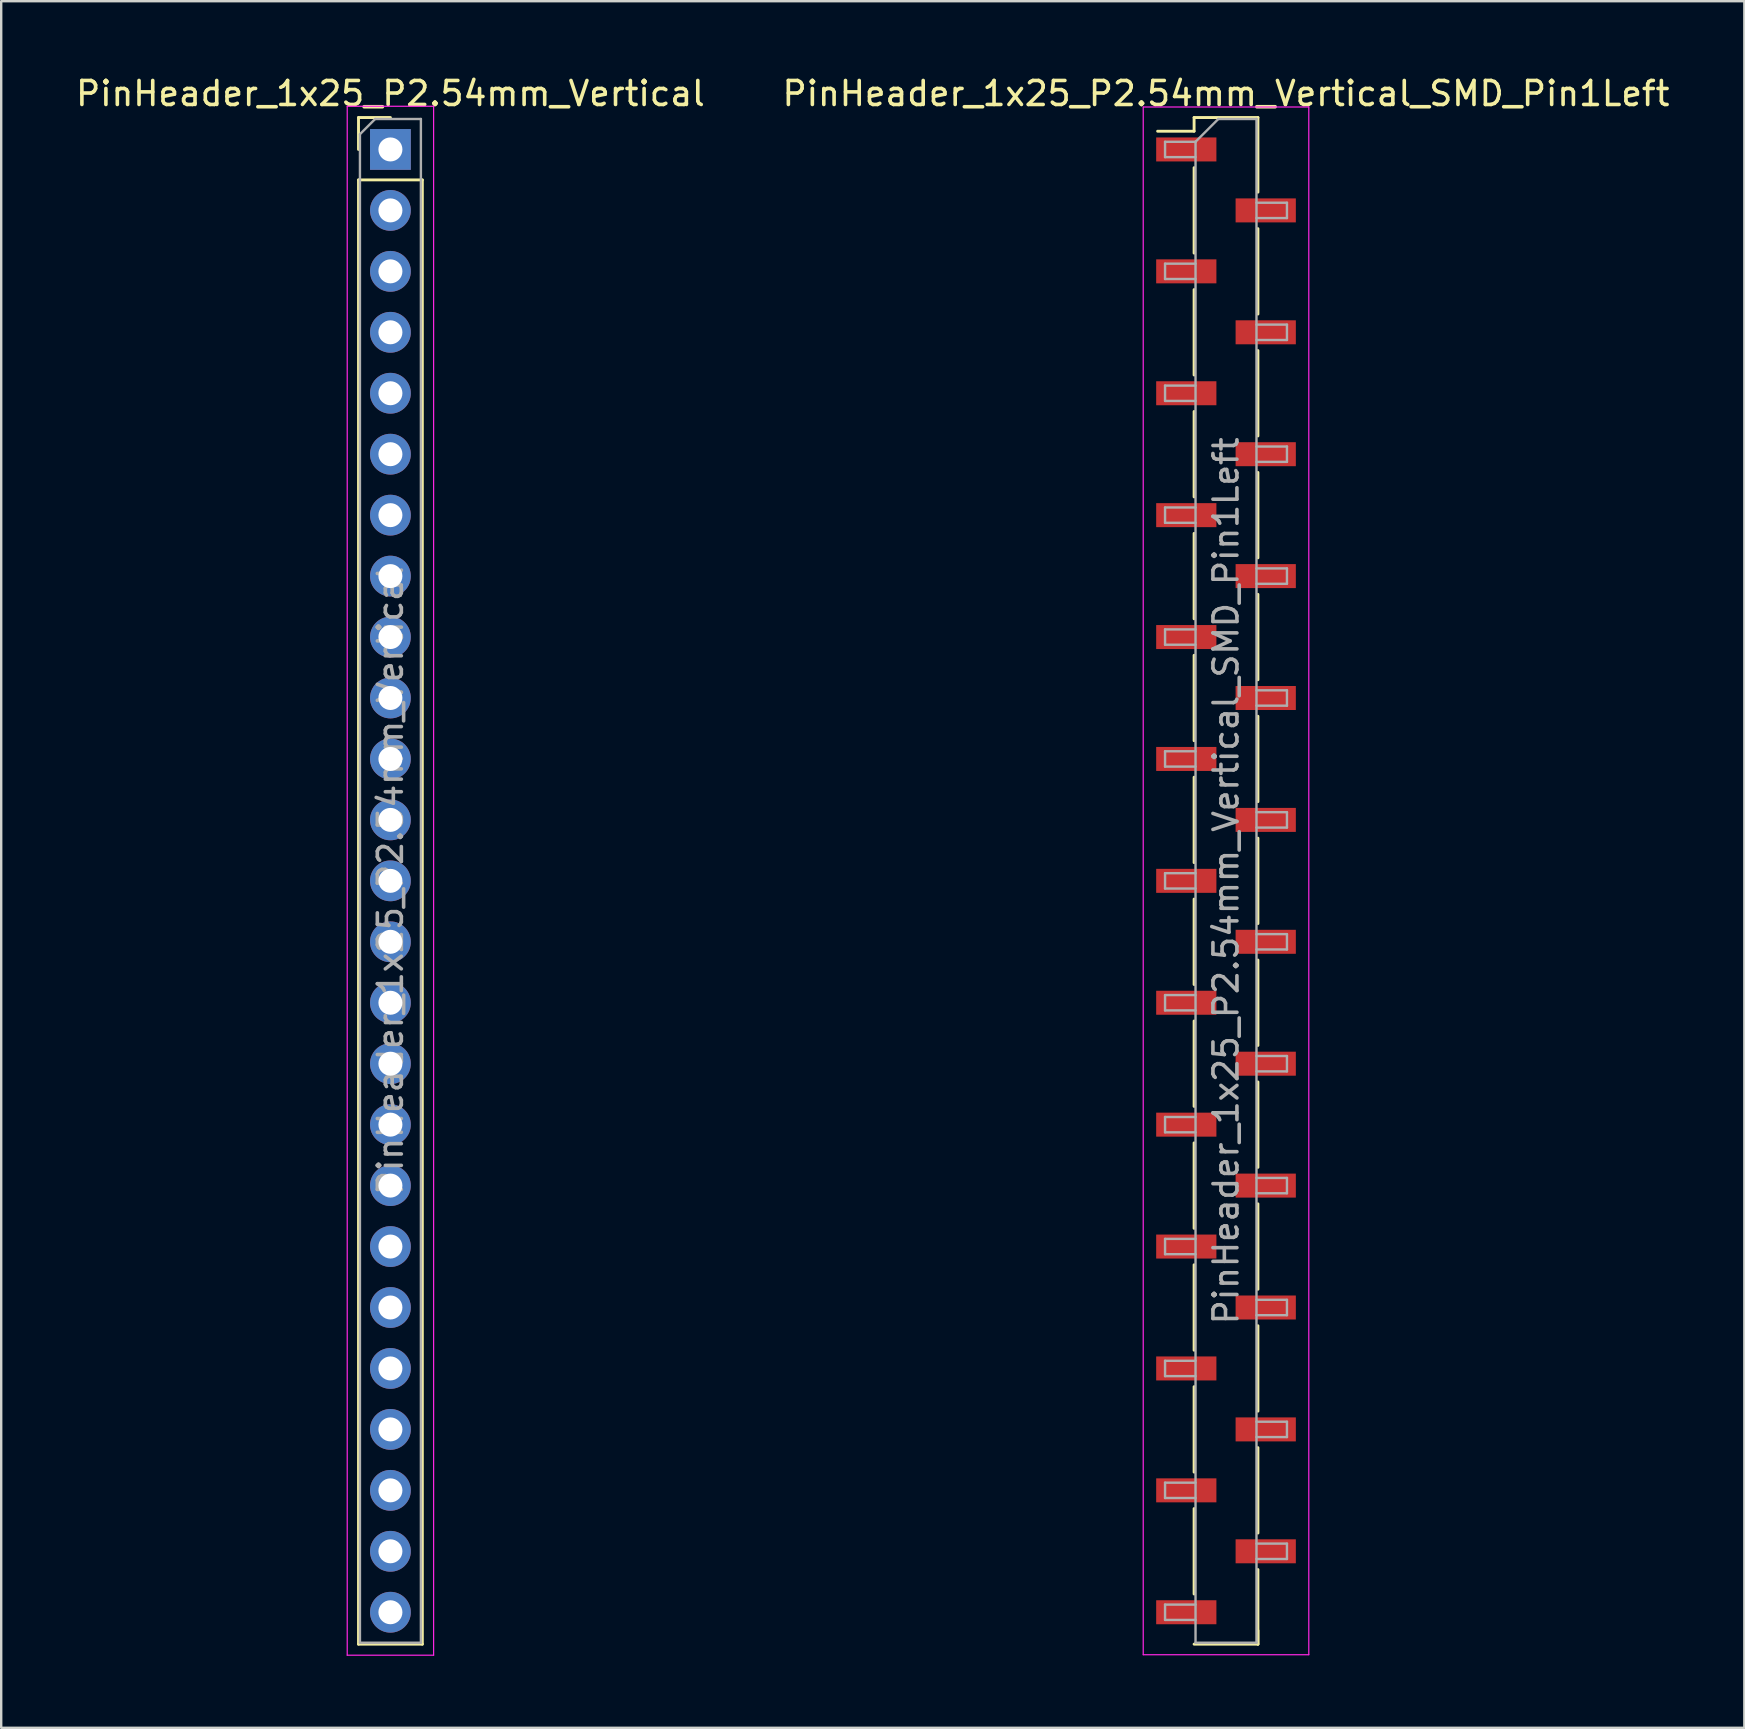
<source format=kicad_pcb>
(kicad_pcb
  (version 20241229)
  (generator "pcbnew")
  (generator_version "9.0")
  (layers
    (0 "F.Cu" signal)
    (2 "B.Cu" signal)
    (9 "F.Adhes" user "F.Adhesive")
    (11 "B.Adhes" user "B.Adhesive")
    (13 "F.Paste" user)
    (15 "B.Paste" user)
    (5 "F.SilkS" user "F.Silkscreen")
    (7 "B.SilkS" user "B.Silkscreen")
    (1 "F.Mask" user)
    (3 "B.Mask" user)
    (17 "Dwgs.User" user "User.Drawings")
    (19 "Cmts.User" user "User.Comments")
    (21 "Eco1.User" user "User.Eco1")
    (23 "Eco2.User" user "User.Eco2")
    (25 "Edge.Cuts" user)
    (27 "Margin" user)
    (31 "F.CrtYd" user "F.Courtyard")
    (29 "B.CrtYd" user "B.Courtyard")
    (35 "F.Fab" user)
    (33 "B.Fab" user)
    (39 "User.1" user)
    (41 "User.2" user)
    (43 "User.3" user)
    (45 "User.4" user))
  (footprint "PinHeader_1x25_P2.54mm_Vertical"
    (layer "F.Cu")
    (at 13.22 3.178)
    (property "Reference" "PinHeader_1x25_P2.54mm_Vertical" (at 0 -2.33 0) (layer "F.SilkS") (effects (font (size 1 1) (thickness 0.15))))
    (attr through_hole)
    (fp_line (start -1.33 -1.33) (end 0 -1.33) (stroke (width 0.12) (type solid)) (layer "F.SilkS"))
    (fp_line (start -1.33 0) (end -1.33 -1.33) (stroke (width 0.12) (type solid)) (layer "F.SilkS"))
    (fp_line (start -1.33 1.27) (end -1.33 62.29) (stroke (width 0.12) (type solid)) (layer "F.SilkS"))
    (fp_line (start -1.33 1.27) (end 1.33 1.27) (stroke (width 0.12) (type solid)) (layer "F.SilkS"))
    (fp_line (start -1.33 62.29) (end 1.33 62.29) (stroke (width 0.12) (type solid)) (layer "F.SilkS"))
    (fp_line (start 1.33 1.27) (end 1.33 62.29) (stroke (width 0.12) (type solid)) (layer "F.SilkS"))
    (fp_line (start -1.8 -1.8) (end -1.8 62.75) (stroke (width 0.05) (type solid)) (layer "F.CrtYd"))
    (fp_line (start -1.8 62.75) (end 1.8 62.75) (stroke (width 0.05) (type solid)) (layer "F.CrtYd"))
    (fp_line (start 1.8 -1.8) (end -1.8 -1.8) (stroke (width 0.05) (type solid)) (layer "F.CrtYd"))
    (fp_line (start 1.8 62.75) (end 1.8 -1.8) (stroke (width 0.05) (type solid)) (layer "F.CrtYd"))
    (fp_line (start -1.27 -0.635) (end -0.635 -1.27) (stroke (width 0.1) (type solid)) (layer "F.Fab"))
    (fp_line (start -1.27 62.23) (end -1.27 -0.635) (stroke (width 0.1) (type solid)) (layer "F.Fab"))
    (fp_line (start -0.635 -1.27) (end 1.27 -1.27) (stroke (width 0.1) (type solid)) (layer "F.Fab"))
    (fp_line (start 1.27 -1.27) (end 1.27 62.23) (stroke (width 0.1) (type solid)) (layer "F.Fab"))
    (fp_line (start 1.27 62.23) (end -1.27 62.23) (stroke (width 0.1) (type solid)) (layer "F.Fab"))
    (fp_text user "${REFERENCE}" (at 0 30.48 90) (layer "F.Fab") (effects (font (size 1 1) (thickness 0.15))))
    (pad "1" thru_hole rect (at 0 0) (size 1.7 1.7) (drill 1) (layers "*.Cu" "*.Mask"))
    (pad "2" thru_hole oval (at 0 2.54) (size 1.7 1.7) (drill 1) (layers "*.Cu" "*.Mask"))
    (pad "3" thru_hole oval (at 0 5.08) (size 1.7 1.7) (drill 1) (layers "*.Cu" "*.Mask"))
    (pad "4" thru_hole oval (at 0 7.62) (size 1.7 1.7) (drill 1) (layers "*.Cu" "*.Mask"))
    (pad "5" thru_hole oval (at 0 10.16) (size 1.7 1.7) (drill 1) (layers "*.Cu" "*.Mask"))
    (pad "6" thru_hole oval (at 0 12.7) (size 1.7 1.7) (drill 1) (layers "*.Cu" "*.Mask"))
    (pad "7" thru_hole oval (at 0 15.24) (size 1.7 1.7) (drill 1) (layers "*.Cu" "*.Mask"))
    (pad "8" thru_hole oval (at 0 17.78) (size 1.7 1.7) (drill 1) (layers "*.Cu" "*.Mask"))
    (pad "9" thru_hole oval (at 0 20.32) (size 1.7 1.7) (drill 1) (layers "*.Cu" "*.Mask"))
    (pad "10" thru_hole oval (at 0 22.86) (size 1.7 1.7) (drill 1) (layers "*.Cu" "*.Mask"))
    (pad "11" thru_hole oval (at 0 25.4) (size 1.7 1.7) (drill 1) (layers "*.Cu" "*.Mask"))
    (pad "12" thru_hole oval (at 0 27.94) (size 1.7 1.7) (drill 1) (layers "*.Cu" "*.Mask"))
    (pad "13" thru_hole oval (at 0 30.48) (size 1.7 1.7) (drill 1) (layers "*.Cu" "*.Mask"))
    (pad "14" thru_hole oval (at 0 33.02) (size 1.7 1.7) (drill 1) (layers "*.Cu" "*.Mask"))
    (pad "15" thru_hole oval (at 0 35.56) (size 1.7 1.7) (drill 1) (layers "*.Cu" "*.Mask"))
    (pad "16" thru_hole oval (at 0 38.1) (size 1.7 1.7) (drill 1) (layers "*.Cu" "*.Mask"))
    (pad "17" thru_hole oval (at 0 40.64) (size 1.7 1.7) (drill 1) (layers "*.Cu" "*.Mask"))
    (pad "18" thru_hole oval (at 0 43.18) (size 1.7 1.7) (drill 1) (layers "*.Cu" "*.Mask"))
    (pad "19" thru_hole oval (at 0 45.72) (size 1.7 1.7) (drill 1) (layers "*.Cu" "*.Mask"))
    (pad "20" thru_hole oval (at 0 48.26) (size 1.7 1.7) (drill 1) (layers "*.Cu" "*.Mask"))
    (pad "21" thru_hole oval (at 0 50.8) (size 1.7 1.7) (drill 1) (layers "*.Cu" "*.Mask"))
    (pad "22" thru_hole oval (at 0 53.34) (size 1.7 1.7) (drill 1) (layers "*.Cu" "*.Mask"))
    (pad "23" thru_hole oval (at 0 55.88) (size 1.7 1.7) (drill 1) (layers "*.Cu" "*.Mask"))
    (pad "24" thru_hole oval (at 0 58.42) (size 1.7 1.7) (drill 1) (layers "*.Cu" "*.Mask"))
    (pad "25" thru_hole oval (at 0 60.96) (size 1.7 1.7) (drill 1) (layers "*.Cu" "*.Mask")))
  (footprint "PinHeader_1x25_P2.54mm_Vertical_SMD_Pin1Left"
    (layer "F.Cu")
    (at 48.042 33.658)
    (property "Reference" "PinHeader_1x25_P2.54mm_Vertical_SMD_Pin1Left" (at 0 -32.81 0) (layer "F.SilkS") (effects (font (size 1 1) (thickness 0.15))))
    (attr smd)
    (fp_line (start -1.33 -31.81) (end -1.33 -31.24) (stroke (width 0.12) (type solid)) (layer "F.SilkS"))
    (fp_line (start -1.33 -31.81) (end 1.33 -31.81) (stroke (width 0.12) (type solid)) (layer "F.SilkS"))
    (fp_line (start -1.33 -31.24) (end -2.85 -31.24) (stroke (width 0.12) (type solid)) (layer "F.SilkS"))
    (fp_line (start -1.33 -29.72) (end -1.33 -26.16) (stroke (width 0.12) (type solid)) (layer "F.SilkS"))
    (fp_line (start -1.33 -24.64) (end -1.33 -21.08) (stroke (width 0.12) (type solid)) (layer "F.SilkS"))
    (fp_line (start -1.33 -19.56) (end -1.33 -16) (stroke (width 0.12) (type solid)) (layer "F.SilkS"))
    (fp_line (start -1.33 -14.48) (end -1.33 -10.92) (stroke (width 0.12) (type solid)) (layer "F.SilkS"))
    (fp_line (start -1.33 -9.4) (end -1.33 -5.84) (stroke (width 0.12) (type solid)) (layer "F.SilkS"))
    (fp_line (start -1.33 -4.32) (end -1.33 -0.76) (stroke (width 0.12) (type solid)) (layer "F.SilkS"))
    (fp_line (start -1.33 0.76) (end -1.33 4.32) (stroke (width 0.12) (type solid)) (layer "F.SilkS"))
    (fp_line (start -1.33 5.84) (end -1.33 9.4) (stroke (width 0.12) (type solid)) (layer "F.SilkS"))
    (fp_line (start -1.33 10.92) (end -1.33 14.48) (stroke (width 0.12) (type solid)) (layer "F.SilkS"))
    (fp_line (start -1.33 16) (end -1.33 19.56) (stroke (width 0.12) (type solid)) (layer "F.SilkS"))
    (fp_line (start -1.33 21.08) (end -1.33 24.64) (stroke (width 0.12) (type solid)) (layer "F.SilkS"))
    (fp_line (start -1.33 26.16) (end -1.33 29.72) (stroke (width 0.12) (type solid)) (layer "F.SilkS"))
    (fp_line (start -1.33 31.81) (end 1.33 31.81) (stroke (width 0.12) (type solid)) (layer "F.SilkS"))
    (fp_line (start 1.33 -31.81) (end 1.33 -28.7) (stroke (width 0.12) (type solid)) (layer "F.SilkS"))
    (fp_line (start 1.33 -27.18) (end 1.33 -23.62) (stroke (width 0.12) (type solid)) (layer "F.SilkS"))
    (fp_line (start 1.33 -22.1) (end 1.33 -18.54) (stroke (width 0.12) (type solid)) (layer "F.SilkS"))
    (fp_line (start 1.33 -17.02) (end 1.33 -13.46) (stroke (width 0.12) (type solid)) (layer "F.SilkS"))
    (fp_line (start 1.33 -11.94) (end 1.33 -8.38) (stroke (width 0.12) (type solid)) (layer "F.SilkS"))
    (fp_line (start 1.33 -6.86) (end 1.33 -3.3) (stroke (width 0.12) (type solid)) (layer "F.SilkS"))
    (fp_line (start 1.33 -1.78) (end 1.33 1.78) (stroke (width 0.12) (type solid)) (layer "F.SilkS"))
    (fp_line (start 1.33 3.3) (end 1.33 6.86) (stroke (width 0.12) (type solid)) (layer "F.SilkS"))
    (fp_line (start 1.33 8.38) (end 1.33 11.94) (stroke (width 0.12) (type solid)) (layer "F.SilkS"))
    (fp_line (start 1.33 13.46) (end 1.33 17.02) (stroke (width 0.12) (type solid)) (layer "F.SilkS"))
    (fp_line (start 1.33 18.54) (end 1.33 22.1) (stroke (width 0.12) (type solid)) (layer "F.SilkS"))
    (fp_line (start 1.33 23.62) (end 1.33 27.18) (stroke (width 0.12) (type solid)) (layer "F.SilkS"))
    (fp_line (start 1.33 28.7) (end 1.33 31.81) (stroke (width 0.12) (type solid)) (layer "F.SilkS"))
    (fp_line (start 1.33 31.24) (end 1.33 31.81) (stroke (width 0.12) (type solid)) (layer "F.SilkS"))
    (fp_line (start -3.45 -32.25) (end -3.45 32.25) (stroke (width 0.05) (type solid)) (layer "F.CrtYd"))
    (fp_line (start -3.45 32.25) (end 3.45 32.25) (stroke (width 0.05) (type solid)) (layer "F.CrtYd"))
    (fp_line (start 3.45 -32.25) (end -3.45 -32.25) (stroke (width 0.05) (type solid)) (layer "F.CrtYd"))
    (fp_line (start 3.45 32.25) (end 3.45 -32.25) (stroke (width 0.05) (type solid)) (layer "F.CrtYd"))
    (fp_line (start -2.54 -30.8) (end -2.54 -30.16) (stroke (width 0.1) (type solid)) (layer "F.Fab"))
    (fp_line (start -2.54 -30.16) (end -1.27 -30.16) (stroke (width 0.1) (type solid)) (layer "F.Fab"))
    (fp_line (start -2.54 -25.72) (end -2.54 -25.08) (stroke (width 0.1) (type solid)) (layer "F.Fab"))
    (fp_line (start -2.54 -25.08) (end -1.27 -25.08) (stroke (width 0.1) (type solid)) (layer "F.Fab"))
    (fp_line (start -2.54 -20.64) (end -2.54 -20) (stroke (width 0.1) (type solid)) (layer "F.Fab"))
    (fp_line (start -2.54 -20) (end -1.27 -20) (stroke (width 0.1) (type solid)) (layer "F.Fab"))
    (fp_line (start -2.54 -15.56) (end -2.54 -14.92) (stroke (width 0.1) (type solid)) (layer "F.Fab"))
    (fp_line (start -2.54 -14.92) (end -1.27 -14.92) (stroke (width 0.1) (type solid)) (layer "F.Fab"))
    (fp_line (start -2.54 -10.48) (end -2.54 -9.84) (stroke (width 0.1) (type solid)) (layer "F.Fab"))
    (fp_line (start -2.54 -9.84) (end -1.27 -9.84) (stroke (width 0.1) (type solid)) (layer "F.Fab"))
    (fp_line (start -2.54 -5.4) (end -2.54 -4.76) (stroke (width 0.1) (type solid)) (layer "F.Fab"))
    (fp_line (start -2.54 -4.76) (end -1.27 -4.76) (stroke (width 0.1) (type solid)) (layer "F.Fab"))
    (fp_line (start -2.54 -0.32) (end -2.54 0.32) (stroke (width 0.1) (type solid)) (layer "F.Fab"))
    (fp_line (start -2.54 0.32) (end -1.27 0.32) (stroke (width 0.1) (type solid)) (layer "F.Fab"))
    (fp_line (start -2.54 4.76) (end -2.54 5.4) (stroke (width 0.1) (type solid)) (layer "F.Fab"))
    (fp_line (start -2.54 5.4) (end -1.27 5.4) (stroke (width 0.1) (type solid)) (layer "F.Fab"))
    (fp_line (start -2.54 9.84) (end -2.54 10.48) (stroke (width 0.1) (type solid)) (layer "F.Fab"))
    (fp_line (start -2.54 10.48) (end -1.27 10.48) (stroke (width 0.1) (type solid)) (layer "F.Fab"))
    (fp_line (start -2.54 14.92) (end -2.54 15.56) (stroke (width 0.1) (type solid)) (layer "F.Fab"))
    (fp_line (start -2.54 15.56) (end -1.27 15.56) (stroke (width 0.1) (type solid)) (layer "F.Fab"))
    (fp_line (start -2.54 20) (end -2.54 20.64) (stroke (width 0.1) (type solid)) (layer "F.Fab"))
    (fp_line (start -2.54 20.64) (end -1.27 20.64) (stroke (width 0.1) (type solid)) (layer "F.Fab"))
    (fp_line (start -2.54 25.08) (end -2.54 25.72) (stroke (width 0.1) (type solid)) (layer "F.Fab"))
    (fp_line (start -2.54 25.72) (end -1.27 25.72) (stroke (width 0.1) (type solid)) (layer "F.Fab"))
    (fp_line (start -2.54 30.16) (end -2.54 30.8) (stroke (width 0.1) (type solid)) (layer "F.Fab"))
    (fp_line (start -2.54 30.8) (end -1.27 30.8) (stroke (width 0.1) (type solid)) (layer "F.Fab"))
    (fp_line (start -1.27 -30.8) (end -2.54 -30.8) (stroke (width 0.1) (type solid)) (layer "F.Fab"))
    (fp_line (start -1.27 -30.8) (end -0.32 -31.75) (stroke (width 0.1) (type solid)) (layer "F.Fab"))
    (fp_line (start -1.27 -25.72) (end -2.54 -25.72) (stroke (width 0.1) (type solid)) (layer "F.Fab"))
    (fp_line (start -1.27 -20.64) (end -2.54 -20.64) (stroke (width 0.1) (type solid)) (layer "F.Fab"))
    (fp_line (start -1.27 -15.56) (end -2.54 -15.56) (stroke (width 0.1) (type solid)) (layer "F.Fab"))
    (fp_line (start -1.27 -10.48) (end -2.54 -10.48) (stroke (width 0.1) (type solid)) (layer "F.Fab"))
    (fp_line (start -1.27 -5.4) (end -2.54 -5.4) (stroke (width 0.1) (type solid)) (layer "F.Fab"))
    (fp_line (start -1.27 -0.32) (end -2.54 -0.32) (stroke (width 0.1) (type solid)) (layer "F.Fab"))
    (fp_line (start -1.27 4.76) (end -2.54 4.76) (stroke (width 0.1) (type solid)) (layer "F.Fab"))
    (fp_line (start -1.27 9.84) (end -2.54 9.84) (stroke (width 0.1) (type solid)) (layer "F.Fab"))
    (fp_line (start -1.27 14.92) (end -2.54 14.92) (stroke (width 0.1) (type solid)) (layer "F.Fab"))
    (fp_line (start -1.27 20) (end -2.54 20) (stroke (width 0.1) (type solid)) (layer "F.Fab"))
    (fp_line (start -1.27 25.08) (end -2.54 25.08) (stroke (width 0.1) (type solid)) (layer "F.Fab"))
    (fp_line (start -1.27 30.16) (end -2.54 30.16) (stroke (width 0.1) (type solid)) (layer "F.Fab"))
    (fp_line (start -1.27 31.75) (end -1.27 -30.8) (stroke (width 0.1) (type solid)) (layer "F.Fab"))
    (fp_line (start -0.32 -31.75) (end 1.27 -31.75) (stroke (width 0.1) (type solid)) (layer "F.Fab"))
    (fp_line (start 1.27 -31.75) (end 1.27 31.75) (stroke (width 0.1) (type solid)) (layer "F.Fab"))
    (fp_line (start 1.27 -28.26) (end 2.54 -28.26) (stroke (width 0.1) (type solid)) (layer "F.Fab"))
    (fp_line (start 1.27 -23.18) (end 2.54 -23.18) (stroke (width 0.1) (type solid)) (layer "F.Fab"))
    (fp_line (start 1.27 -18.1) (end 2.54 -18.1) (stroke (width 0.1) (type solid)) (layer "F.Fab"))
    (fp_line (start 1.27 -13.02) (end 2.54 -13.02) (stroke (width 0.1) (type solid)) (layer "F.Fab"))
    (fp_line (start 1.27 -7.94) (end 2.54 -7.94) (stroke (width 0.1) (type solid)) (layer "F.Fab"))
    (fp_line (start 1.27 -2.86) (end 2.54 -2.86) (stroke (width 0.1) (type solid)) (layer "F.Fab"))
    (fp_line (start 1.27 2.22) (end 2.54 2.22) (stroke (width 0.1) (type solid)) (layer "F.Fab"))
    (fp_line (start 1.27 7.3) (end 2.54 7.3) (stroke (width 0.1) (type solid)) (layer "F.Fab"))
    (fp_line (start 1.27 12.38) (end 2.54 12.38) (stroke (width 0.1) (type solid)) (layer "F.Fab"))
    (fp_line (start 1.27 17.46) (end 2.54 17.46) (stroke (width 0.1) (type solid)) (layer "F.Fab"))
    (fp_line (start 1.27 22.54) (end 2.54 22.54) (stroke (width 0.1) (type solid)) (layer "F.Fab"))
    (fp_line (start 1.27 27.62) (end 2.54 27.62) (stroke (width 0.1) (type solid)) (layer "F.Fab"))
    (fp_line (start 1.27 31.75) (end -1.27 31.75) (stroke (width 0.1) (type solid)) (layer "F.Fab"))
    (fp_line (start 2.54 -28.26) (end 2.54 -27.62) (stroke (width 0.1) (type solid)) (layer "F.Fab"))
    (fp_line (start 2.54 -27.62) (end 1.27 -27.62) (stroke (width 0.1) (type solid)) (layer "F.Fab"))
    (fp_line (start 2.54 -23.18) (end 2.54 -22.54) (stroke (width 0.1) (type solid)) (layer "F.Fab"))
    (fp_line (start 2.54 -22.54) (end 1.27 -22.54) (stroke (width 0.1) (type solid)) (layer "F.Fab"))
    (fp_line (start 2.54 -18.1) (end 2.54 -17.46) (stroke (width 0.1) (type solid)) (layer "F.Fab"))
    (fp_line (start 2.54 -17.46) (end 1.27 -17.46) (stroke (width 0.1) (type solid)) (layer "F.Fab"))
    (fp_line (start 2.54 -13.02) (end 2.54 -12.38) (stroke (width 0.1) (type solid)) (layer "F.Fab"))
    (fp_line (start 2.54 -12.38) (end 1.27 -12.38) (stroke (width 0.1) (type solid)) (layer "F.Fab"))
    (fp_line (start 2.54 -7.94) (end 2.54 -7.3) (stroke (width 0.1) (type solid)) (layer "F.Fab"))
    (fp_line (start 2.54 -7.3) (end 1.27 -7.3) (stroke (width 0.1) (type solid)) (layer "F.Fab"))
    (fp_line (start 2.54 -2.86) (end 2.54 -2.22) (stroke (width 0.1) (type solid)) (layer "F.Fab"))
    (fp_line (start 2.54 -2.22) (end 1.27 -2.22) (stroke (width 0.1) (type solid)) (layer "F.Fab"))
    (fp_line (start 2.54 2.22) (end 2.54 2.86) (stroke (width 0.1) (type solid)) (layer "F.Fab"))
    (fp_line (start 2.54 2.86) (end 1.27 2.86) (stroke (width 0.1) (type solid)) (layer "F.Fab"))
    (fp_line (start 2.54 7.3) (end 2.54 7.94) (stroke (width 0.1) (type solid)) (layer "F.Fab"))
    (fp_line (start 2.54 7.94) (end 1.27 7.94) (stroke (width 0.1) (type solid)) (layer "F.Fab"))
    (fp_line (start 2.54 12.38) (end 2.54 13.02) (stroke (width 0.1) (type solid)) (layer "F.Fab"))
    (fp_line (start 2.54 13.02) (end 1.27 13.02) (stroke (width 0.1) (type solid)) (layer "F.Fab"))
    (fp_line (start 2.54 17.46) (end 2.54 18.1) (stroke (width 0.1) (type solid)) (layer "F.Fab"))
    (fp_line (start 2.54 18.1) (end 1.27 18.1) (stroke (width 0.1) (type solid)) (layer "F.Fab"))
    (fp_line (start 2.54 22.54) (end 2.54 23.18) (stroke (width 0.1) (type solid)) (layer "F.Fab"))
    (fp_line (start 2.54 23.18) (end 1.27 23.18) (stroke (width 0.1) (type solid)) (layer "F.Fab"))
    (fp_line (start 2.54 27.62) (end 2.54 28.26) (stroke (width 0.1) (type solid)) (layer "F.Fab"))
    (fp_line (start 2.54 28.26) (end 1.27 28.26) (stroke (width 0.1) (type solid)) (layer "F.Fab"))
    (fp_text user "${REFERENCE}" (at 0 0 90) (layer "F.Fab") (effects (font (size 1 1) (thickness 0.15))))
    (pad "1" smd rect (at -1.655 -30.48) (size 2.51 1) (layers "F.Cu" "F.Mask" "F.Paste"))
    (pad "2" smd rect (at 1.655 -27.94) (size 2.51 1) (layers "F.Cu" "F.Mask" "F.Paste"))
    (pad "3" smd rect (at -1.655 -25.4) (size 2.51 1) (layers "F.Cu" "F.Mask" "F.Paste"))
    (pad "4" smd rect (at 1.655 -22.86) (size 2.51 1) (layers "F.Cu" "F.Mask" "F.Paste"))
    (pad "5" smd rect (at -1.655 -20.32) (size 2.51 1) (layers "F.Cu" "F.Mask" "F.Paste"))
    (pad "6" smd rect (at 1.655 -17.78) (size 2.51 1) (layers "F.Cu" "F.Mask" "F.Paste"))
    (pad "7" smd rect (at -1.655 -15.24) (size 2.51 1) (layers "F.Cu" "F.Mask" "F.Paste"))
    (pad "8" smd rect (at 1.655 -12.7) (size 2.51 1) (layers "F.Cu" "F.Mask" "F.Paste"))
    (pad "9" smd rect (at -1.655 -10.16) (size 2.51 1) (layers "F.Cu" "F.Mask" "F.Paste"))
    (pad "10" smd rect (at 1.655 -7.62) (size 2.51 1) (layers "F.Cu" "F.Mask" "F.Paste"))
    (pad "11" smd rect (at -1.655 -5.08) (size 2.51 1) (layers "F.Cu" "F.Mask" "F.Paste"))
    (pad "12" smd rect (at 1.655 -2.54) (size 2.51 1) (layers "F.Cu" "F.Mask" "F.Paste"))
    (pad "13" smd rect (at -1.655 0) (size 2.51 1) (layers "F.Cu" "F.Mask" "F.Paste"))
    (pad "14" smd rect (at 1.655 2.54) (size 2.51 1) (layers "F.Cu" "F.Mask" "F.Paste"))
    (pad "15" smd rect (at -1.655 5.08) (size 2.51 1) (layers "F.Cu" "F.Mask" "F.Paste"))
    (pad "16" smd rect (at 1.655 7.62) (size 2.51 1) (layers "F.Cu" "F.Mask" "F.Paste"))
    (pad "17" smd rect (at -1.655 10.16) (size 2.51 1) (layers "F.Cu" "F.Mask" "F.Paste"))
    (pad "18" smd rect (at 1.655 12.7) (size 2.51 1) (layers "F.Cu" "F.Mask" "F.Paste"))
    (pad "19" smd rect (at -1.655 15.24) (size 2.51 1) (layers "F.Cu" "F.Mask" "F.Paste"))
    (pad "20" smd rect (at 1.655 17.78) (size 2.51 1) (layers "F.Cu" "F.Mask" "F.Paste"))
    (pad "21" smd rect (at -1.655 20.32) (size 2.51 1) (layers "F.Cu" "F.Mask" "F.Paste"))
    (pad "22" smd rect (at 1.655 22.86) (size 2.51 1) (layers "F.Cu" "F.Mask" "F.Paste"))
    (pad "23" smd rect (at -1.655 25.4) (size 2.51 1) (layers "F.Cu" "F.Mask" "F.Paste"))
    (pad "24" smd rect (at 1.655 27.94) (size 2.51 1) (layers "F.Cu" "F.Mask" "F.Paste"))
    (pad "25" smd rect (at -1.655 30.48) (size 2.51 1) (layers "F.Cu" "F.Mask" "F.Paste")))
  (gr_rect
    (start -3 -3)
    (end 69.643 68.953)
    (stroke (width 0.1) (type default))
    (fill no)
    (layer "Edge.Cuts")))
</source>
